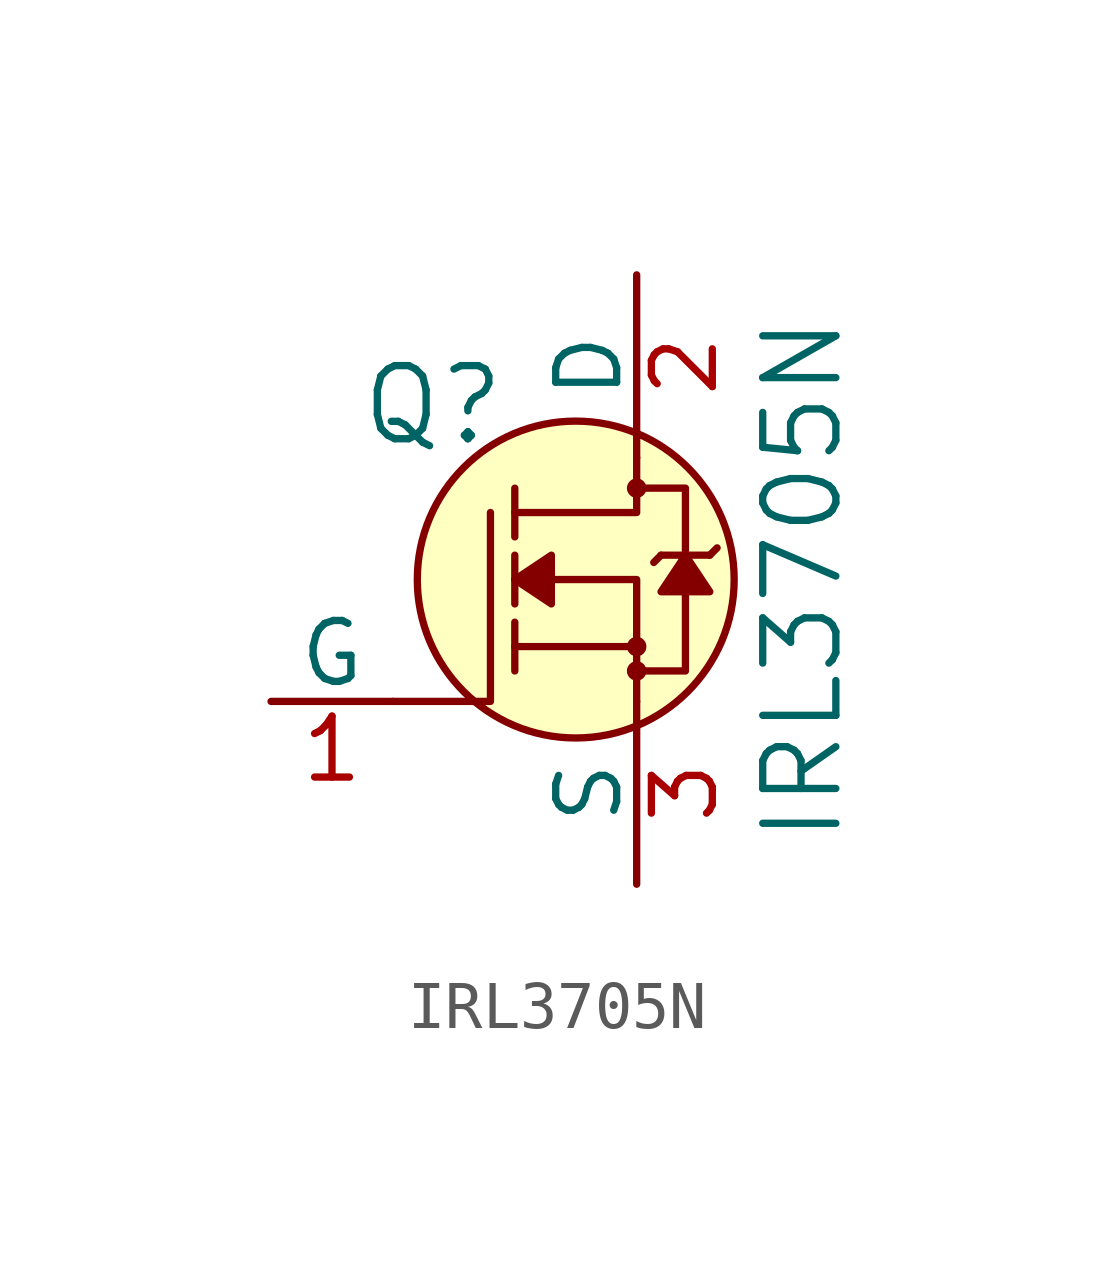
<source format=kicad_sym>
(kicad_symbol_lib
  (version 20211014)
  (generator kicad_symbol_editor)
  (symbol "IRL3705N"
    (pin_names
      (offset 0))
    (property "Reference" "Q"
      (at -2.692 3.632 0)
      (effects (font (size 1.524 1.524)) (justify right)))
    (property "Value" "IRL3705N"
      (at 3.454 0 90)
      (effects (font (size 1.524 1.524))))
    (symbol "IRL3705N_0_1"
      (circle (center -1.27 0) (radius 3.302) (stroke (width 0) (type default) (color 0 0 0 0)) (fill (type background)))
      (circle (center 0 -1.905) (radius 0.127) (stroke (width 0) (type default) (color 0 0 0 0)) (fill (type none)))
      (circle (center 0 -1.397) (radius 0.127) (stroke (width 0) (type default) (color 0 0 0 0)) (fill (type none)))
      (polyline (pts (xy 0 -1.397) (xy -2.54 -1.397)) (stroke (width 0) (type default) (color 0 0 0 0)) (fill (type none)))
      (polyline (pts (xy 0.508 0.508) (xy 0.356 0.356)) (stroke (width 0) (type default) (color 0 0 0 0)) (fill (type none)))
      (polyline (pts (xy 1.524 0.508) (xy 1.676 0.66)) (stroke (width 0) (type default) (color 0 0 0 0)) (fill (type none)))
      (polyline (pts (xy -5.08 -2.54) (xy -3.048 -2.54) (xy -3.048 1.397)) (stroke (width 0) (type default) (color 0 0 0 0)) (fill (type none)))
      (polyline (pts (xy 0 -2.54) (xy 0 0) (xy -2.54 0)) (stroke (width 0) (type default) (color 0 0 0 0)) (fill (type none)))
      (polyline (pts (xy 0 2.54) (xy 0 1.397) (xy -2.54 1.397)) (stroke (width 0) (type default) (color 0 0 0 0)) (fill (type none)))
      (polyline (pts (xy -0.127 -1.905) (xy 1.016 -1.905) (xy 1.016 1.397) (xy 1.016 1.905) (xy -0.127 1.905)) (stroke (width 0) (type default) (color 0 0 0 0)) (fill (type none)))
      (circle (center 0 1.905) (radius 0.127) (stroke (width 0) (type default) (color 0 0 0 0)) (fill (type none))))
    (symbol "IRL3705N_1_1"
      (polyline (pts (xy -2.54 -1.397) (xy -2.54 -1.905)) (stroke (width 0) (type default) (color 0 0 0 0)) (fill (type none)))
      (polyline (pts (xy -2.54 -1.397) (xy -2.54 -0.889)) (stroke (width 0) (type default) (color 0 0 0 0)) (fill (type none)))
      (polyline (pts (xy -2.54 0) (xy -2.54 -0.508)) (stroke (width 0) (type default) (color 0 0 0 0)) (fill (type none)))
      (polyline (pts (xy -2.54 0) (xy -2.54 0.508)) (stroke (width 0) (type default) (color 0 0 0 0)) (fill (type none)))
      (polyline (pts (xy -2.54 1.905) (xy -2.54 0.889)) (stroke (width 0) (type default) (color 0 0 0 0)) (fill (type none)))
      (polyline (pts (xy 1.524 0.508) (xy 0.508 0.508)) (stroke (width 0) (type default) (color 0 0 0 0)) (fill (type none)))
      (polyline (pts (xy -2.54 0) (xy -1.778 0.508) (xy -1.778 -0.508) (xy -2.54 0)) (stroke (width 0) (type default) (color 0 0 0 0)) (fill (type outline)))
      (polyline (pts (xy 1.016 0.508) (xy 0.508 -0.254) (xy 1.524 -0.254) (xy 1.016 0.508)) (stroke (width 0) (type default) (color 0 0 0 0)) (fill (type outline)))
      (pin bidirectional line (at -7.62 -2.54 0) (length 2.54) (name "G" (effects (font (size 1.27 1.27)))) (number "1" (effects (font (size 1.27 1.27)))))
      (pin bidirectional line (at 0 6.35 270) (length 3.81) (name "D" (effects (font (size 1.27 1.27)))) (number "2" (effects (font (size 1.27 1.27)))))
      (pin bidirectional line (at 0 -6.35 90) (length 3.81) (name "S" (effects (font (size 1.27 1.27)))) (number "3" (effects (font (size 1.27 1.27))))))))
</source>
